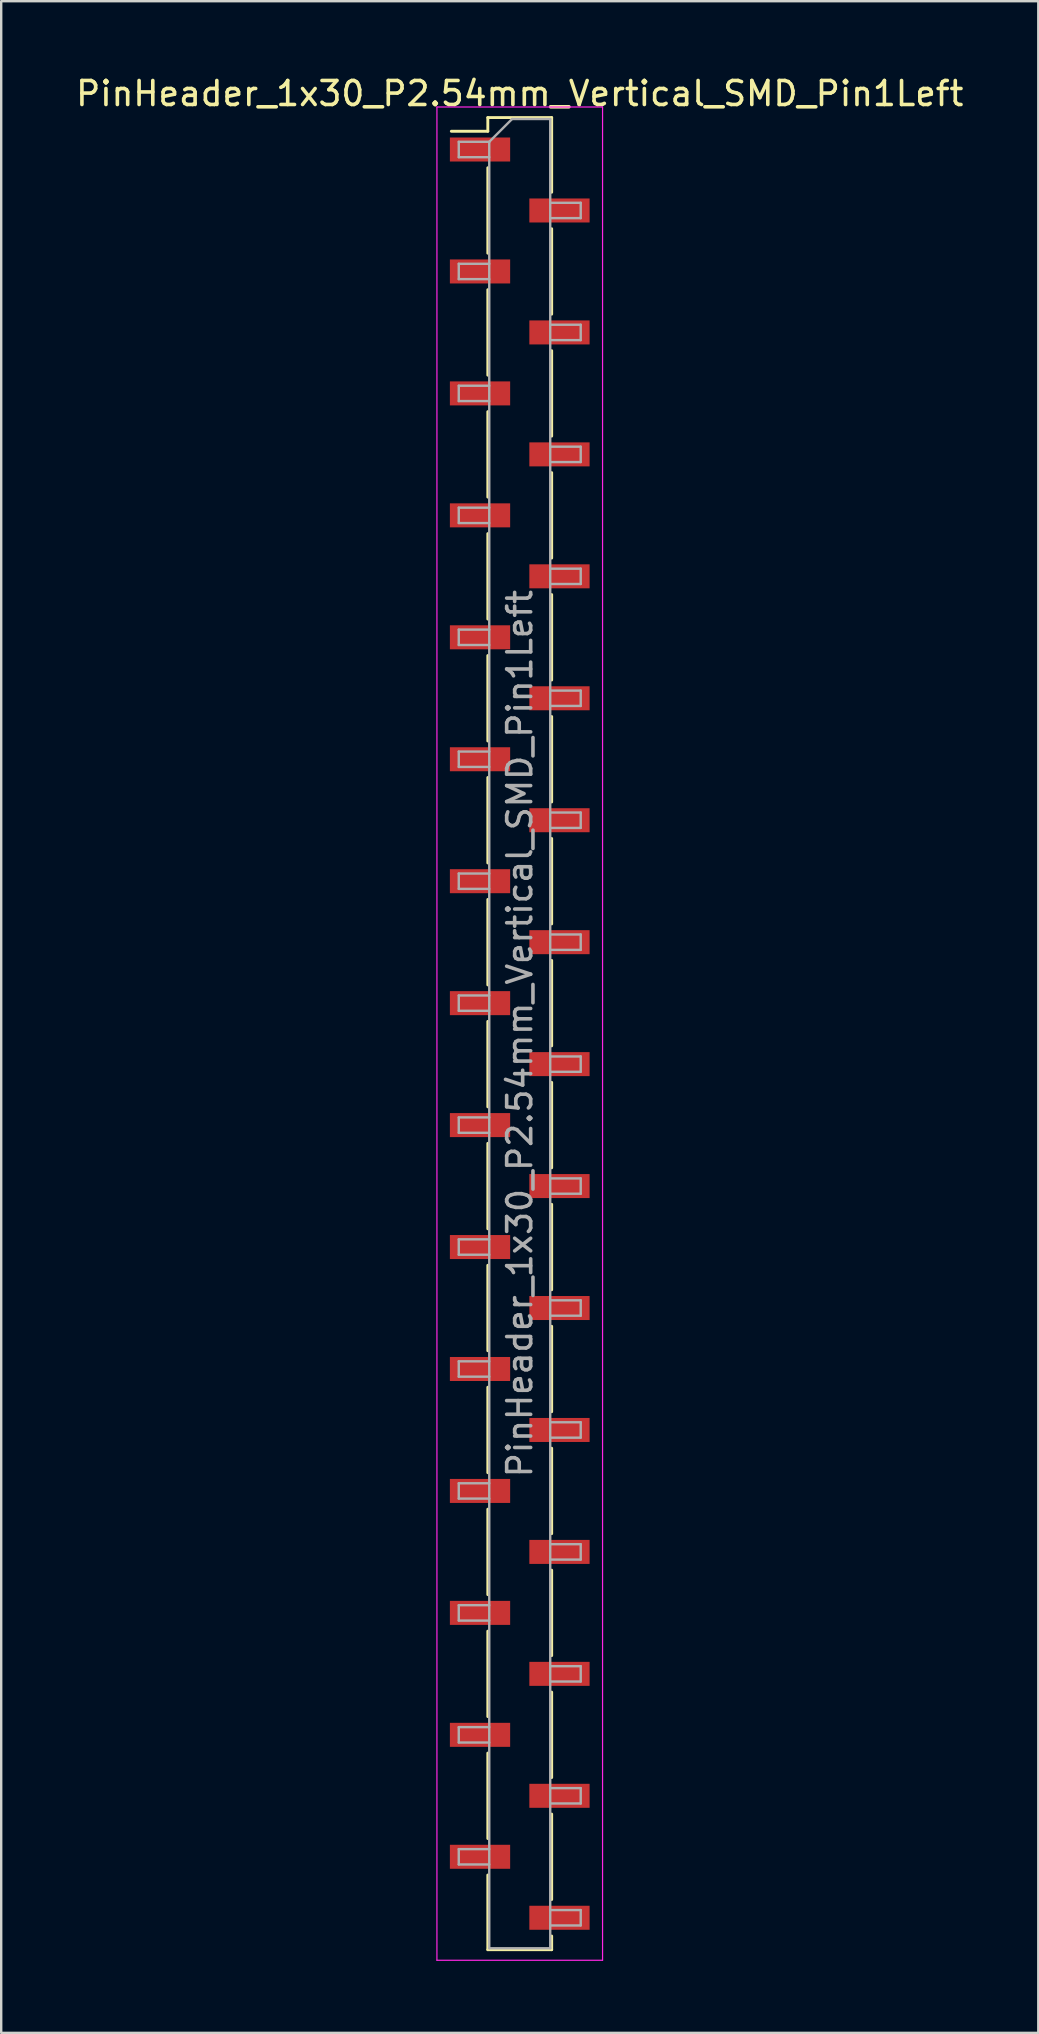
<source format=kicad_pcb>
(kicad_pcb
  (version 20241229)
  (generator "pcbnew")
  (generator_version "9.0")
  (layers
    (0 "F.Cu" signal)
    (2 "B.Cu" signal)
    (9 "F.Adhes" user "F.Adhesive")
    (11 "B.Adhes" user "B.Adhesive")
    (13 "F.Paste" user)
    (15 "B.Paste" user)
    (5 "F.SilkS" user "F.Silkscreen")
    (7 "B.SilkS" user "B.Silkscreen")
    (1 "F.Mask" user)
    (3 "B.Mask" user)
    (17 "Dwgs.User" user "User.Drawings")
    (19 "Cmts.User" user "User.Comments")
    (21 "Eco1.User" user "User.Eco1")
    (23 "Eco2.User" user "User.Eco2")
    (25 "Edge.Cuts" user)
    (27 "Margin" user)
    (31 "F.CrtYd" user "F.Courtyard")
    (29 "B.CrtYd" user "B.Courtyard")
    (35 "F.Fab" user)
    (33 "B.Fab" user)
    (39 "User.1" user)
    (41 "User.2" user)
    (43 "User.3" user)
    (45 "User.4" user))
  (footprint "PinHeader_1x30_P2.54mm_Vertical_SMD_Pin1Left"
    (layer "F.Cu")
    (at 18.601 40.008)
    (property "Reference" "PinHeader_1x30_P2.54mm_Vertical_SMD_Pin1Left" (at 0 -39.16 0) (layer "F.SilkS") (effects (font (size 1 1) (thickness 0.15))))
    (attr smd)
    (fp_line (start -1.33 -38.16) (end -1.33 -37.59) (stroke (width 0.12) (type solid)) (layer "F.SilkS"))
    (fp_line (start -1.33 -38.16) (end 1.33 -38.16) (stroke (width 0.12) (type solid)) (layer "F.SilkS"))
    (fp_line (start -1.33 -37.59) (end -2.85 -37.59) (stroke (width 0.12) (type solid)) (layer "F.SilkS"))
    (fp_line (start -1.33 -36.07) (end -1.33 -32.51) (stroke (width 0.12) (type solid)) (layer "F.SilkS"))
    (fp_line (start -1.33 -30.99) (end -1.33 -27.43) (stroke (width 0.12) (type solid)) (layer "F.SilkS"))
    (fp_line (start -1.33 -25.91) (end -1.33 -22.35) (stroke (width 0.12) (type solid)) (layer "F.SilkS"))
    (fp_line (start -1.33 -20.83) (end -1.33 -17.27) (stroke (width 0.12) (type solid)) (layer "F.SilkS"))
    (fp_line (start -1.33 -15.75) (end -1.33 -12.19) (stroke (width 0.12) (type solid)) (layer "F.SilkS"))
    (fp_line (start -1.33 -10.67) (end -1.33 -7.11) (stroke (width 0.12) (type solid)) (layer "F.SilkS"))
    (fp_line (start -1.33 -5.59) (end -1.33 -2.03) (stroke (width 0.12) (type solid)) (layer "F.SilkS"))
    (fp_line (start -1.33 -0.51) (end -1.33 3.05) (stroke (width 0.12) (type solid)) (layer "F.SilkS"))
    (fp_line (start -1.33 4.57) (end -1.33 8.13) (stroke (width 0.12) (type solid)) (layer "F.SilkS"))
    (fp_line (start -1.33 9.65) (end -1.33 13.21) (stroke (width 0.12) (type solid)) (layer "F.SilkS"))
    (fp_line (start -1.33 14.73) (end -1.33 18.29) (stroke (width 0.12) (type solid)) (layer "F.SilkS"))
    (fp_line (start -1.33 19.81) (end -1.33 23.37) (stroke (width 0.12) (type solid)) (layer "F.SilkS"))
    (fp_line (start -1.33 24.89) (end -1.33 28.45) (stroke (width 0.12) (type solid)) (layer "F.SilkS"))
    (fp_line (start -1.33 29.97) (end -1.33 33.53) (stroke (width 0.12) (type solid)) (layer "F.SilkS"))
    (fp_line (start -1.33 35.05) (end -1.33 38.16) (stroke (width 0.12) (type solid)) (layer "F.SilkS"))
    (fp_line (start -1.33 38.16) (end 1.33 38.16) (stroke (width 0.12) (type solid)) (layer "F.SilkS"))
    (fp_line (start 1.33 -38.16) (end 1.33 -35.05) (stroke (width 0.12) (type solid)) (layer "F.SilkS"))
    (fp_line (start 1.33 -33.53) (end 1.33 -29.97) (stroke (width 0.12) (type solid)) (layer "F.SilkS"))
    (fp_line (start 1.33 -28.45) (end 1.33 -24.89) (stroke (width 0.12) (type solid)) (layer "F.SilkS"))
    (fp_line (start 1.33 -23.37) (end 1.33 -19.81) (stroke (width 0.12) (type solid)) (layer "F.SilkS"))
    (fp_line (start 1.33 -18.29) (end 1.33 -14.73) (stroke (width 0.12) (type solid)) (layer "F.SilkS"))
    (fp_line (start 1.33 -13.21) (end 1.33 -9.65) (stroke (width 0.12) (type solid)) (layer "F.SilkS"))
    (fp_line (start 1.33 -8.13) (end 1.33 -4.57) (stroke (width 0.12) (type solid)) (layer "F.SilkS"))
    (fp_line (start 1.33 -3.05) (end 1.33 0.51) (stroke (width 0.12) (type solid)) (layer "F.SilkS"))
    (fp_line (start 1.33 2.03) (end 1.33 5.59) (stroke (width 0.12) (type solid)) (layer "F.SilkS"))
    (fp_line (start 1.33 7.11) (end 1.33 10.67) (stroke (width 0.12) (type solid)) (layer "F.SilkS"))
    (fp_line (start 1.33 12.19) (end 1.33 15.75) (stroke (width 0.12) (type solid)) (layer "F.SilkS"))
    (fp_line (start 1.33 17.27) (end 1.33 20.83) (stroke (width 0.12) (type solid)) (layer "F.SilkS"))
    (fp_line (start 1.33 22.35) (end 1.33 25.91) (stroke (width 0.12) (type solid)) (layer "F.SilkS"))
    (fp_line (start 1.33 27.43) (end 1.33 30.99) (stroke (width 0.12) (type solid)) (layer "F.SilkS"))
    (fp_line (start 1.33 32.51) (end 1.33 36.07) (stroke (width 0.12) (type solid)) (layer "F.SilkS"))
    (fp_line (start 1.33 37.59) (end 1.33 38.16) (stroke (width 0.12) (type solid)) (layer "F.SilkS"))
    (fp_line (start -3.45 -38.6) (end -3.45 38.6) (stroke (width 0.05) (type solid)) (layer "F.CrtYd"))
    (fp_line (start -3.45 38.6) (end 3.45 38.6) (stroke (width 0.05) (type solid)) (layer "F.CrtYd"))
    (fp_line (start 3.45 -38.6) (end -3.45 -38.6) (stroke (width 0.05) (type solid)) (layer "F.CrtYd"))
    (fp_line (start 3.45 38.6) (end 3.45 -38.6) (stroke (width 0.05) (type solid)) (layer "F.CrtYd"))
    (fp_line (start -2.54 -37.15) (end -2.54 -36.51) (stroke (width 0.1) (type solid)) (layer "F.Fab"))
    (fp_line (start -2.54 -36.51) (end -1.27 -36.51) (stroke (width 0.1) (type solid)) (layer "F.Fab"))
    (fp_line (start -2.54 -32.07) (end -2.54 -31.43) (stroke (width 0.1) (type solid)) (layer "F.Fab"))
    (fp_line (start -2.54 -31.43) (end -1.27 -31.43) (stroke (width 0.1) (type solid)) (layer "F.Fab"))
    (fp_line (start -2.54 -26.99) (end -2.54 -26.35) (stroke (width 0.1) (type solid)) (layer "F.Fab"))
    (fp_line (start -2.54 -26.35) (end -1.27 -26.35) (stroke (width 0.1) (type solid)) (layer "F.Fab"))
    (fp_line (start -2.54 -21.91) (end -2.54 -21.27) (stroke (width 0.1) (type solid)) (layer "F.Fab"))
    (fp_line (start -2.54 -21.27) (end -1.27 -21.27) (stroke (width 0.1) (type solid)) (layer "F.Fab"))
    (fp_line (start -2.54 -16.83) (end -2.54 -16.19) (stroke (width 0.1) (type solid)) (layer "F.Fab"))
    (fp_line (start -2.54 -16.19) (end -1.27 -16.19) (stroke (width 0.1) (type solid)) (layer "F.Fab"))
    (fp_line (start -2.54 -11.75) (end -2.54 -11.11) (stroke (width 0.1) (type solid)) (layer "F.Fab"))
    (fp_line (start -2.54 -11.11) (end -1.27 -11.11) (stroke (width 0.1) (type solid)) (layer "F.Fab"))
    (fp_line (start -2.54 -6.67) (end -2.54 -6.03) (stroke (width 0.1) (type solid)) (layer "F.Fab"))
    (fp_line (start -2.54 -6.03) (end -1.27 -6.03) (stroke (width 0.1) (type solid)) (layer "F.Fab"))
    (fp_line (start -2.54 -1.59) (end -2.54 -0.95) (stroke (width 0.1) (type solid)) (layer "F.Fab"))
    (fp_line (start -2.54 -0.95) (end -1.27 -0.95) (stroke (width 0.1) (type solid)) (layer "F.Fab"))
    (fp_line (start -2.54 3.49) (end -2.54 4.13) (stroke (width 0.1) (type solid)) (layer "F.Fab"))
    (fp_line (start -2.54 4.13) (end -1.27 4.13) (stroke (width 0.1) (type solid)) (layer "F.Fab"))
    (fp_line (start -2.54 8.57) (end -2.54 9.21) (stroke (width 0.1) (type solid)) (layer "F.Fab"))
    (fp_line (start -2.54 9.21) (end -1.27 9.21) (stroke (width 0.1) (type solid)) (layer "F.Fab"))
    (fp_line (start -2.54 13.65) (end -2.54 14.29) (stroke (width 0.1) (type solid)) (layer "F.Fab"))
    (fp_line (start -2.54 14.29) (end -1.27 14.29) (stroke (width 0.1) (type solid)) (layer "F.Fab"))
    (fp_line (start -2.54 18.73) (end -2.54 19.37) (stroke (width 0.1) (type solid)) (layer "F.Fab"))
    (fp_line (start -2.54 19.37) (end -1.27 19.37) (stroke (width 0.1) (type solid)) (layer "F.Fab"))
    (fp_line (start -2.54 23.81) (end -2.54 24.45) (stroke (width 0.1) (type solid)) (layer "F.Fab"))
    (fp_line (start -2.54 24.45) (end -1.27 24.45) (stroke (width 0.1) (type solid)) (layer "F.Fab"))
    (fp_line (start -2.54 28.89) (end -2.54 29.53) (stroke (width 0.1) (type solid)) (layer "F.Fab"))
    (fp_line (start -2.54 29.53) (end -1.27 29.53) (stroke (width 0.1) (type solid)) (layer "F.Fab"))
    (fp_line (start -2.54 33.97) (end -2.54 34.61) (stroke (width 0.1) (type solid)) (layer "F.Fab"))
    (fp_line (start -2.54 34.61) (end -1.27 34.61) (stroke (width 0.1) (type solid)) (layer "F.Fab"))
    (fp_line (start -1.27 -37.15) (end -2.54 -37.15) (stroke (width 0.1) (type solid)) (layer "F.Fab"))
    (fp_line (start -1.27 -37.15) (end -0.32 -38.1) (stroke (width 0.1) (type solid)) (layer "F.Fab"))
    (fp_line (start -1.27 -32.07) (end -2.54 -32.07) (stroke (width 0.1) (type solid)) (layer "F.Fab"))
    (fp_line (start -1.27 -26.99) (end -2.54 -26.99) (stroke (width 0.1) (type solid)) (layer "F.Fab"))
    (fp_line (start -1.27 -21.91) (end -2.54 -21.91) (stroke (width 0.1) (type solid)) (layer "F.Fab"))
    (fp_line (start -1.27 -16.83) (end -2.54 -16.83) (stroke (width 0.1) (type solid)) (layer "F.Fab"))
    (fp_line (start -1.27 -11.75) (end -2.54 -11.75) (stroke (width 0.1) (type solid)) (layer "F.Fab"))
    (fp_line (start -1.27 -6.67) (end -2.54 -6.67) (stroke (width 0.1) (type solid)) (layer "F.Fab"))
    (fp_line (start -1.27 -1.59) (end -2.54 -1.59) (stroke (width 0.1) (type solid)) (layer "F.Fab"))
    (fp_line (start -1.27 3.49) (end -2.54 3.49) (stroke (width 0.1) (type solid)) (layer "F.Fab"))
    (fp_line (start -1.27 8.57) (end -2.54 8.57) (stroke (width 0.1) (type solid)) (layer "F.Fab"))
    (fp_line (start -1.27 13.65) (end -2.54 13.65) (stroke (width 0.1) (type solid)) (layer "F.Fab"))
    (fp_line (start -1.27 18.73) (end -2.54 18.73) (stroke (width 0.1) (type solid)) (layer "F.Fab"))
    (fp_line (start -1.27 23.81) (end -2.54 23.81) (stroke (width 0.1) (type solid)) (layer "F.Fab"))
    (fp_line (start -1.27 28.89) (end -2.54 28.89) (stroke (width 0.1) (type solid)) (layer "F.Fab"))
    (fp_line (start -1.27 33.97) (end -2.54 33.97) (stroke (width 0.1) (type solid)) (layer "F.Fab"))
    (fp_line (start -1.27 38.1) (end -1.27 -37.15) (stroke (width 0.1) (type solid)) (layer "F.Fab"))
    (fp_line (start -0.32 -38.1) (end 1.27 -38.1) (stroke (width 0.1) (type solid)) (layer "F.Fab"))
    (fp_line (start 1.27 -38.1) (end 1.27 38.1) (stroke (width 0.1) (type solid)) (layer "F.Fab"))
    (fp_line (start 1.27 -34.61) (end 2.54 -34.61) (stroke (width 0.1) (type solid)) (layer "F.Fab"))
    (fp_line (start 1.27 -29.53) (end 2.54 -29.53) (stroke (width 0.1) (type solid)) (layer "F.Fab"))
    (fp_line (start 1.27 -24.45) (end 2.54 -24.45) (stroke (width 0.1) (type solid)) (layer "F.Fab"))
    (fp_line (start 1.27 -19.37) (end 2.54 -19.37) (stroke (width 0.1) (type solid)) (layer "F.Fab"))
    (fp_line (start 1.27 -14.29) (end 2.54 -14.29) (stroke (width 0.1) (type solid)) (layer "F.Fab"))
    (fp_line (start 1.27 -9.21) (end 2.54 -9.21) (stroke (width 0.1) (type solid)) (layer "F.Fab"))
    (fp_line (start 1.27 -4.13) (end 2.54 -4.13) (stroke (width 0.1) (type solid)) (layer "F.Fab"))
    (fp_line (start 1.27 0.95) (end 2.54 0.95) (stroke (width 0.1) (type solid)) (layer "F.Fab"))
    (fp_line (start 1.27 6.03) (end 2.54 6.03) (stroke (width 0.1) (type solid)) (layer "F.Fab"))
    (fp_line (start 1.27 11.11) (end 2.54 11.11) (stroke (width 0.1) (type solid)) (layer "F.Fab"))
    (fp_line (start 1.27 16.19) (end 2.54 16.19) (stroke (width 0.1) (type solid)) (layer "F.Fab"))
    (fp_line (start 1.27 21.27) (end 2.54 21.27) (stroke (width 0.1) (type solid)) (layer "F.Fab"))
    (fp_line (start 1.27 26.35) (end 2.54 26.35) (stroke (width 0.1) (type solid)) (layer "F.Fab"))
    (fp_line (start 1.27 31.43) (end 2.54 31.43) (stroke (width 0.1) (type solid)) (layer "F.Fab"))
    (fp_line (start 1.27 36.51) (end 2.54 36.51) (stroke (width 0.1) (type solid)) (layer "F.Fab"))
    (fp_line (start 1.27 38.1) (end -1.27 38.1) (stroke (width 0.1) (type solid)) (layer "F.Fab"))
    (fp_line (start 2.54 -34.61) (end 2.54 -33.97) (stroke (width 0.1) (type solid)) (layer "F.Fab"))
    (fp_line (start 2.54 -33.97) (end 1.27 -33.97) (stroke (width 0.1) (type solid)) (layer "F.Fab"))
    (fp_line (start 2.54 -29.53) (end 2.54 -28.89) (stroke (width 0.1) (type solid)) (layer "F.Fab"))
    (fp_line (start 2.54 -28.89) (end 1.27 -28.89) (stroke (width 0.1) (type solid)) (layer "F.Fab"))
    (fp_line (start 2.54 -24.45) (end 2.54 -23.81) (stroke (width 0.1) (type solid)) (layer "F.Fab"))
    (fp_line (start 2.54 -23.81) (end 1.27 -23.81) (stroke (width 0.1) (type solid)) (layer "F.Fab"))
    (fp_line (start 2.54 -19.37) (end 2.54 -18.73) (stroke (width 0.1) (type solid)) (layer "F.Fab"))
    (fp_line (start 2.54 -18.73) (end 1.27 -18.73) (stroke (width 0.1) (type solid)) (layer "F.Fab"))
    (fp_line (start 2.54 -14.29) (end 2.54 -13.65) (stroke (width 0.1) (type solid)) (layer "F.Fab"))
    (fp_line (start 2.54 -13.65) (end 1.27 -13.65) (stroke (width 0.1) (type solid)) (layer "F.Fab"))
    (fp_line (start 2.54 -9.21) (end 2.54 -8.57) (stroke (width 0.1) (type solid)) (layer "F.Fab"))
    (fp_line (start 2.54 -8.57) (end 1.27 -8.57) (stroke (width 0.1) (type solid)) (layer "F.Fab"))
    (fp_line (start 2.54 -4.13) (end 2.54 -3.49) (stroke (width 0.1) (type solid)) (layer "F.Fab"))
    (fp_line (start 2.54 -3.49) (end 1.27 -3.49) (stroke (width 0.1) (type solid)) (layer "F.Fab"))
    (fp_line (start 2.54 0.95) (end 2.54 1.59) (stroke (width 0.1) (type solid)) (layer "F.Fab"))
    (fp_line (start 2.54 1.59) (end 1.27 1.59) (stroke (width 0.1) (type solid)) (layer "F.Fab"))
    (fp_line (start 2.54 6.03) (end 2.54 6.67) (stroke (width 0.1) (type solid)) (layer "F.Fab"))
    (fp_line (start 2.54 6.67) (end 1.27 6.67) (stroke (width 0.1) (type solid)) (layer "F.Fab"))
    (fp_line (start 2.54 11.11) (end 2.54 11.75) (stroke (width 0.1) (type solid)) (layer "F.Fab"))
    (fp_line (start 2.54 11.75) (end 1.27 11.75) (stroke (width 0.1) (type solid)) (layer "F.Fab"))
    (fp_line (start 2.54 16.19) (end 2.54 16.83) (stroke (width 0.1) (type solid)) (layer "F.Fab"))
    (fp_line (start 2.54 16.83) (end 1.27 16.83) (stroke (width 0.1) (type solid)) (layer "F.Fab"))
    (fp_line (start 2.54 21.27) (end 2.54 21.91) (stroke (width 0.1) (type solid)) (layer "F.Fab"))
    (fp_line (start 2.54 21.91) (end 1.27 21.91) (stroke (width 0.1) (type solid)) (layer "F.Fab"))
    (fp_line (start 2.54 26.35) (end 2.54 26.99) (stroke (width 0.1) (type solid)) (layer "F.Fab"))
    (fp_line (start 2.54 26.99) (end 1.27 26.99) (stroke (width 0.1) (type solid)) (layer "F.Fab"))
    (fp_line (start 2.54 31.43) (end 2.54 32.07) (stroke (width 0.1) (type solid)) (layer "F.Fab"))
    (fp_line (start 2.54 32.07) (end 1.27 32.07) (stroke (width 0.1) (type solid)) (layer "F.Fab"))
    (fp_line (start 2.54 36.51) (end 2.54 37.15) (stroke (width 0.1) (type solid)) (layer "F.Fab"))
    (fp_line (start 2.54 37.15) (end 1.27 37.15) (stroke (width 0.1) (type solid)) (layer "F.Fab"))
    (fp_text user "${REFERENCE}" (at 0 0 90) (layer "F.Fab") (effects (font (size 1 1) (thickness 0.15))))
    (pad "1" smd rect (at -1.655 -36.83) (size 2.51 1) (layers "F.Cu" "F.Mask" "F.Paste"))
    (pad "2" smd rect (at 1.655 -34.29) (size 2.51 1) (layers "F.Cu" "F.Mask" "F.Paste"))
    (pad "3" smd rect (at -1.655 -31.75) (size 2.51 1) (layers "F.Cu" "F.Mask" "F.Paste"))
    (pad "4" smd rect (at 1.655 -29.21) (size 2.51 1) (layers "F.Cu" "F.Mask" "F.Paste"))
    (pad "5" smd rect (at -1.655 -26.67) (size 2.51 1) (layers "F.Cu" "F.Mask" "F.Paste"))
    (pad "6" smd rect (at 1.655 -24.13) (size 2.51 1) (layers "F.Cu" "F.Mask" "F.Paste"))
    (pad "7" smd rect (at -1.655 -21.59) (size 2.51 1) (layers "F.Cu" "F.Mask" "F.Paste"))
    (pad "8" smd rect (at 1.655 -19.05) (size 2.51 1) (layers "F.Cu" "F.Mask" "F.Paste"))
    (pad "9" smd rect (at -1.655 -16.51) (size 2.51 1) (layers "F.Cu" "F.Mask" "F.Paste"))
    (pad "10" smd rect (at 1.655 -13.97) (size 2.51 1) (layers "F.Cu" "F.Mask" "F.Paste"))
    (pad "11" smd rect (at -1.655 -11.43) (size 2.51 1) (layers "F.Cu" "F.Mask" "F.Paste"))
    (pad "12" smd rect (at 1.655 -8.89) (size 2.51 1) (layers "F.Cu" "F.Mask" "F.Paste"))
    (pad "13" smd rect (at -1.655 -6.35) (size 2.51 1) (layers "F.Cu" "F.Mask" "F.Paste"))
    (pad "14" smd rect (at 1.655 -3.81) (size 2.51 1) (layers "F.Cu" "F.Mask" "F.Paste"))
    (pad "15" smd rect (at -1.655 -1.27) (size 2.51 1) (layers "F.Cu" "F.Mask" "F.Paste"))
    (pad "16" smd rect (at 1.655 1.27) (size 2.51 1) (layers "F.Cu" "F.Mask" "F.Paste"))
    (pad "17" smd rect (at -1.655 3.81) (size 2.51 1) (layers "F.Cu" "F.Mask" "F.Paste"))
    (pad "18" smd rect (at 1.655 6.35) (size 2.51 1) (layers "F.Cu" "F.Mask" "F.Paste"))
    (pad "19" smd rect (at -1.655 8.89) (size 2.51 1) (layers "F.Cu" "F.Mask" "F.Paste"))
    (pad "20" smd rect (at 1.655 11.43) (size 2.51 1) (layers "F.Cu" "F.Mask" "F.Paste"))
    (pad "21" smd rect (at -1.655 13.97) (size 2.51 1) (layers "F.Cu" "F.Mask" "F.Paste"))
    (pad "22" smd rect (at 1.655 16.51) (size 2.51 1) (layers "F.Cu" "F.Mask" "F.Paste"))
    (pad "23" smd rect (at -1.655 19.05) (size 2.51 1) (layers "F.Cu" "F.Mask" "F.Paste"))
    (pad "24" smd rect (at 1.655 21.59) (size 2.51 1) (layers "F.Cu" "F.Mask" "F.Paste"))
    (pad "25" smd rect (at -1.655 24.13) (size 2.51 1) (layers "F.Cu" "F.Mask" "F.Paste"))
    (pad "26" smd rect (at 1.655 26.67) (size 2.51 1) (layers "F.Cu" "F.Mask" "F.Paste"))
    (pad "27" smd rect (at -1.655 29.21) (size 2.51 1) (layers "F.Cu" "F.Mask" "F.Paste"))
    (pad "28" smd rect (at 1.655 31.75) (size 2.51 1) (layers "F.Cu" "F.Mask" "F.Paste"))
    (pad "29" smd rect (at -1.655 34.29) (size 2.51 1) (layers "F.Cu" "F.Mask" "F.Paste"))
    (pad "30" smd rect (at 1.655 36.83) (size 2.51 1) (layers "F.Cu" "F.Mask" "F.Paste")))
  (gr_rect
    (start -3 -3)
    (end 40.202 81.633)
    (stroke (width 0.1) (type default))
    (fill no)
    (layer "Edge.Cuts")))
</source>
